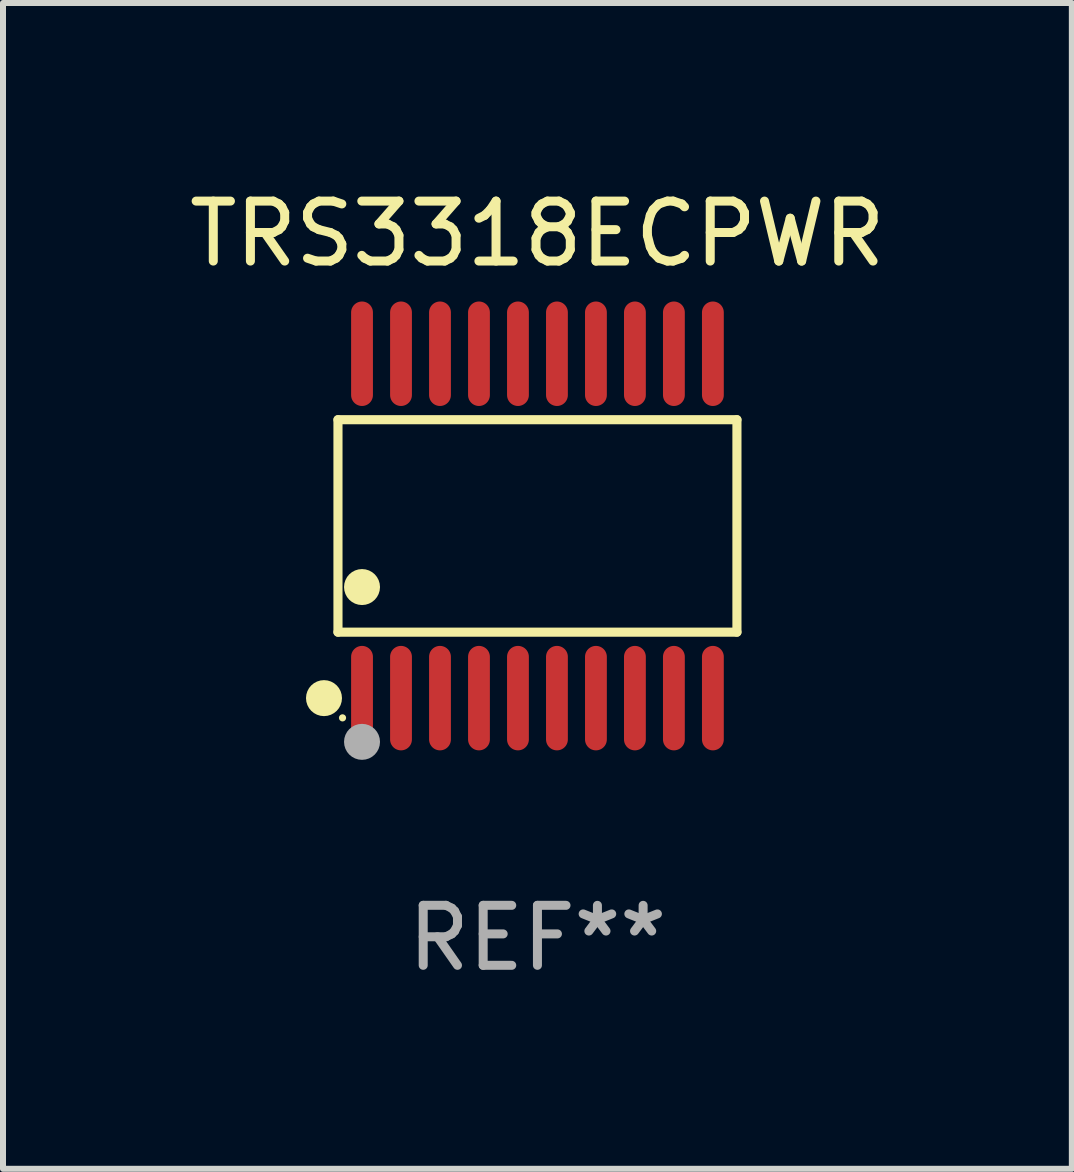
<source format=kicad_pcb>
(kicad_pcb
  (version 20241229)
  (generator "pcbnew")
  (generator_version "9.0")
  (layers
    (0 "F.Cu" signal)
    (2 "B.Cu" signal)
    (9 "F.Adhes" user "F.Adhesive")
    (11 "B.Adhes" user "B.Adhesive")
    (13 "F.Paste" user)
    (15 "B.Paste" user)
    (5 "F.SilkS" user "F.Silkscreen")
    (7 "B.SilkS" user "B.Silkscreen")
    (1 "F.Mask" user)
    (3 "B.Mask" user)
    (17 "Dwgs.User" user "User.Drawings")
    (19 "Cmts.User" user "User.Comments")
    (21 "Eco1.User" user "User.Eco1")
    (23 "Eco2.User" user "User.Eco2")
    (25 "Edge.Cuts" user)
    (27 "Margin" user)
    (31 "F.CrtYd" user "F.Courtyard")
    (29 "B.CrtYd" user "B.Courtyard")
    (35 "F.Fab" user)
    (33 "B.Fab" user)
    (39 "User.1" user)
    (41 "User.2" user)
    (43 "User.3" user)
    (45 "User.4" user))
  (footprint "TRS3318ECPWR"
    (layer "F.Cu")
    (at 5.911 5.719)
    (property "Reference" "TRS3318ECPWR" (at 0 -4.871 0) (layer "F.SilkS") (effects (font (size 1 1) (thickness 0.15))))
    (attr through_hole)
    (fp_line (start -3.326 -1.771) (end 3.326 -1.771) (stroke (width 0.152) (type solid)) (layer "F.SilkS"))
    (fp_line (start -3.326 1.771) (end -3.326 -1.771) (stroke (width 0.152) (type solid)) (layer "F.SilkS"))
    (fp_line (start 3.326 -1.771) (end 3.326 1.771) (stroke (width 0.152) (type solid)) (layer "F.SilkS"))
    (fp_line (start 3.326 1.771) (end -3.326 1.771) (stroke (width 0.152) (type solid)) (layer "F.SilkS"))
    (fp_circle (center -3.559 2.871) (end -3.409 2.871) (stroke (width 0.3) (type solid)) (fill no) (layer "F.SilkS"))
    (fp_circle (center -3.25 3.2) (end -3.22 3.2) (stroke (width 0.06) (type solid)) (fill no) (layer "F.SilkS"))
    (fp_circle (center -2.925 1.019) (end -2.775 1.019) (stroke (width 0.3) (type solid)) (fill no) (layer "F.SilkS"))
    (fp_circle (center -2.925 3.6) (end -2.775 3.6) (stroke (width 0.3) (type solid)) (fill no) (layer "F.Fab"))
    (fp_text user "REF**" (at 0 6.871 0) (layer "F.Fab") (effects (font (size 1 1) (thickness 0.15))))
    (pad "1" smd oval (at -2.925 2.871) (size 0.364 1.742) (layers "F.Cu" "F.Mask" "F.Paste"))
    (pad "2" smd oval (at -2.275 2.871) (size 0.364 1.742) (layers "F.Cu" "F.Mask" "F.Paste"))
    (pad "3" smd oval (at -1.625 2.871) (size 0.364 1.742) (layers "F.Cu" "F.Mask" "F.Paste"))
    (pad "4" smd oval (at -0.975 2.871) (size 0.364 1.742) (layers "F.Cu" "F.Mask" "F.Paste"))
    (pad "5" smd oval (at -0.325 2.871) (size 0.364 1.742) (layers "F.Cu" "F.Mask" "F.Paste"))
    (pad "6" smd oval (at 0.325 2.871) (size 0.364 1.742) (layers "F.Cu" "F.Mask" "F.Paste"))
    (pad "7" smd oval (at 0.975 2.871) (size 0.364 1.742) (layers "F.Cu" "F.Mask" "F.Paste"))
    (pad "8" smd oval (at 1.625 2.871) (size 0.364 1.742) (layers "F.Cu" "F.Mask" "F.Paste"))
    (pad "9" smd oval (at 2.275 2.871) (size 0.364 1.742) (layers "F.Cu" "F.Mask" "F.Paste"))
    (pad "10" smd oval (at 2.925 2.871) (size 0.364 1.742) (layers "F.Cu" "F.Mask" "F.Paste"))
    (pad "11" smd oval (at 2.925 -2.871) (size 0.364 1.742) (layers "F.Cu" "F.Mask" "F.Paste"))
    (pad "12" smd oval (at 2.275 -2.871) (size 0.364 1.742) (layers "F.Cu" "F.Mask" "F.Paste"))
    (pad "13" smd oval (at 1.625 -2.871) (size 0.364 1.742) (layers "F.Cu" "F.Mask" "F.Paste"))
    (pad "14" smd oval (at 0.975 -2.871) (size 0.364 1.742) (layers "F.Cu" "F.Mask" "F.Paste"))
    (pad "15" smd oval (at 0.325 -2.871) (size 0.364 1.742) (layers "F.Cu" "F.Mask" "F.Paste"))
    (pad "16" smd oval (at -0.325 -2.871) (size 0.364 1.742) (layers "F.Cu" "F.Mask" "F.Paste"))
    (pad "17" smd oval (at -0.975 -2.871) (size 0.364 1.742) (layers "F.Cu" "F.Mask" "F.Paste"))
    (pad "18" smd oval (at -1.625 -2.871) (size 0.364 1.742) (layers "F.Cu" "F.Mask" "F.Paste"))
    (pad "19" smd oval (at -2.275 -2.871) (size 0.364 1.742) (layers "F.Cu" "F.Mask" "F.Paste"))
    (pad "20" smd oval (at -2.925 -2.871) (size 0.364 1.742) (layers "F.Cu" "F.Mask" "F.Paste")))
  (gr_rect
    (start -3 -3)
    (end 14.821 16.438)
    (stroke (width 0.1) (type default))
    (fill no)
    (layer "Edge.Cuts")))
</source>
